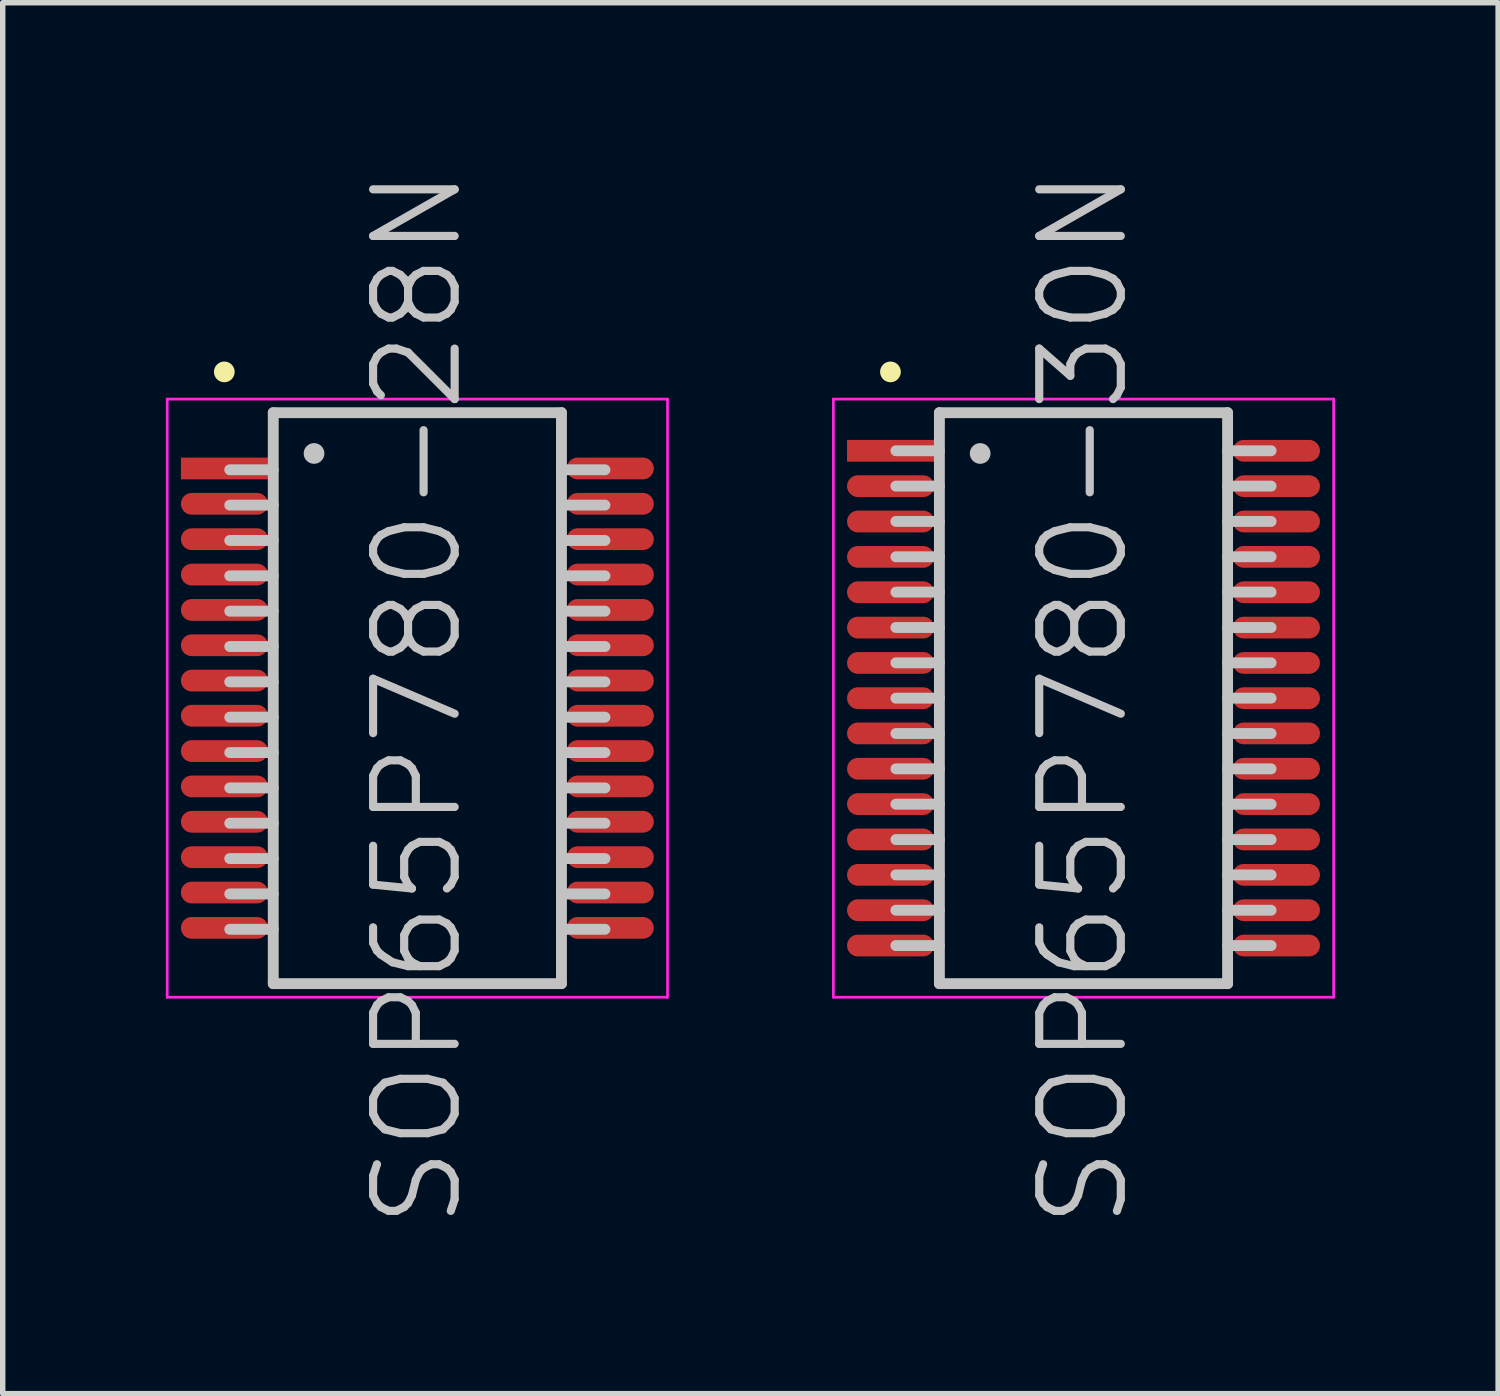
<source format=kicad_pcb>
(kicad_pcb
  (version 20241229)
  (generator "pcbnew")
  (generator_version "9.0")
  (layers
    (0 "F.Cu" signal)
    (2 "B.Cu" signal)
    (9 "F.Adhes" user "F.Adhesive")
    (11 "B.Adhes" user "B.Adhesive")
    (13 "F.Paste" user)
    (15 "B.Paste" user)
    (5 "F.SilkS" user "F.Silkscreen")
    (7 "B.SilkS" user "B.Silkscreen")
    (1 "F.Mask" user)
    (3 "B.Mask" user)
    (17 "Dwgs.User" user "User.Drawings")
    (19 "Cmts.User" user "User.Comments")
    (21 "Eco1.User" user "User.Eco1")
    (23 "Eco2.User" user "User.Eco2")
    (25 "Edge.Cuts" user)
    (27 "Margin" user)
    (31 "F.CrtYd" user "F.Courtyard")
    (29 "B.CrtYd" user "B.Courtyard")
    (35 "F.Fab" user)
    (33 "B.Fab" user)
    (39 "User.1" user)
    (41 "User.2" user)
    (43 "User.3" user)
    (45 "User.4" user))
  (footprint "SOP65P780-28N"
    (layer "F.Cu")
    (at 4.625 9.789)
    (property "Reference" "SOP65P780-28N" (at 0 0 90) (layer "Dwgs.User") (effects (font (size 1.5 1.5) (thickness 0.15))))
    (attr smd)
    (fp_line (start -3.55 -6) (end -3.55 -6) (stroke (width 0.381) (type solid)) (layer "F.SilkS"))
    (fp_line (start -2.65 -5.25) (end -2.65 5.25) (stroke (width 0.2) (type solid)) (layer "Dwgs.User"))
    (fp_line (start -2.65 -5.25) (end 2.65 -5.25) (stroke (width 0.2) (type solid)) (layer "Dwgs.User"))
    (fp_line (start -2.65 -4.2) (end -3.45 -4.2) (stroke (width 0.2) (type solid)) (layer "Dwgs.User"))
    (fp_line (start -2.65 -3.55) (end -3.45 -3.55) (stroke (width 0.2) (type solid)) (layer "Dwgs.User"))
    (fp_line (start -2.65 -2.9) (end -3.45 -2.9) (stroke (width 0.2) (type solid)) (layer "Dwgs.User"))
    (fp_line (start -2.65 -2.25) (end -3.45 -2.25) (stroke (width 0.2) (type solid)) (layer "Dwgs.User"))
    (fp_line (start -2.65 -1.6) (end -3.45 -1.6) (stroke (width 0.2) (type solid)) (layer "Dwgs.User"))
    (fp_line (start -2.65 -0.95) (end -3.45 -0.95) (stroke (width 0.2) (type solid)) (layer "Dwgs.User"))
    (fp_line (start -2.65 -0.3) (end -3.45 -0.3) (stroke (width 0.2) (type solid)) (layer "Dwgs.User"))
    (fp_line (start -2.65 0.35) (end -3.45 0.35) (stroke (width 0.2) (type solid)) (layer "Dwgs.User"))
    (fp_line (start -2.65 1) (end -3.45 1) (stroke (width 0.2) (type solid)) (layer "Dwgs.User"))
    (fp_line (start -2.65 1.65) (end -3.45 1.65) (stroke (width 0.2) (type solid)) (layer "Dwgs.User"))
    (fp_line (start -2.65 2.3) (end -3.45 2.3) (stroke (width 0.2) (type solid)) (layer "Dwgs.User"))
    (fp_line (start -2.65 2.95) (end -3.45 2.95) (stroke (width 0.2) (type solid)) (layer "Dwgs.User"))
    (fp_line (start -2.65 3.6) (end -3.45 3.6) (stroke (width 0.2) (type solid)) (layer "Dwgs.User"))
    (fp_line (start -2.65 4.25) (end -3.45 4.25) (stroke (width 0.2) (type solid)) (layer "Dwgs.User"))
    (fp_line (start -2.65 5.25) (end 2.65 5.25) (stroke (width 0.2) (type solid)) (layer "Dwgs.User"))
    (fp_line (start -1.9 -4.5) (end -1.9 -4.5) (stroke (width 0.381) (type solid)) (layer "Dwgs.User"))
    (fp_line (start 2.65 -5.25) (end 2.65 5.25) (stroke (width 0.2) (type solid)) (layer "Dwgs.User"))
    (fp_line (start 3.45 -4.2) (end 2.65 -4.2) (stroke (width 0.2) (type solid)) (layer "Dwgs.User"))
    (fp_line (start 3.45 -3.55) (end 2.65 -3.55) (stroke (width 0.2) (type solid)) (layer "Dwgs.User"))
    (fp_line (start 3.45 -2.9) (end 2.65 -2.9) (stroke (width 0.2) (type solid)) (layer "Dwgs.User"))
    (fp_line (start 3.45 -2.25) (end 2.65 -2.25) (stroke (width 0.2) (type solid)) (layer "Dwgs.User"))
    (fp_line (start 3.45 -1.6) (end 2.65 -1.6) (stroke (width 0.2) (type solid)) (layer "Dwgs.User"))
    (fp_line (start 3.45 -0.95) (end 2.65 -0.95) (stroke (width 0.2) (type solid)) (layer "Dwgs.User"))
    (fp_line (start 3.45 -0.3) (end 2.65 -0.3) (stroke (width 0.2) (type solid)) (layer "Dwgs.User"))
    (fp_line (start 3.45 0.35) (end 2.65 0.35) (stroke (width 0.2) (type solid)) (layer "Dwgs.User"))
    (fp_line (start 3.45 1) (end 2.65 1) (stroke (width 0.2) (type solid)) (layer "Dwgs.User"))
    (fp_line (start 3.45 1.65) (end 2.65 1.65) (stroke (width 0.2) (type solid)) (layer "Dwgs.User"))
    (fp_line (start 3.45 2.3) (end 2.65 2.3) (stroke (width 0.2) (type solid)) (layer "Dwgs.User"))
    (fp_line (start 3.45 2.95) (end 2.65 2.95) (stroke (width 0.2) (type solid)) (layer "Dwgs.User"))
    (fp_line (start 3.45 3.6) (end 2.65 3.6) (stroke (width 0.2) (type solid)) (layer "Dwgs.User"))
    (fp_line (start 3.45 4.25) (end 2.65 4.25) (stroke (width 0.2) (type solid)) (layer "Dwgs.User"))
    (fp_line (start -4.6 -5.5) (end -4.6 5.5) (stroke (width 0.05) (type solid)) (layer "F.CrtYd"))
    (fp_line (start -4.6 -5.5) (end 4.6 -5.5) (stroke (width 0.05) (type solid)) (layer "F.CrtYd"))
    (fp_line (start -4.6 5.5) (end 4.6 5.5) (stroke (width 0.05) (type solid)) (layer "F.CrtYd"))
    (fp_line (start 4.6 -5.5) (end 4.6 5.5) (stroke (width 0.05) (type solid)) (layer "F.CrtYd"))
    (pad "1" smd rect (at -3.548 -4.224 90) (size 0.4 1.6) (layers "F.Cu" "F.Mask" "F.Paste"))
    (pad "2" smd oval (at -3.548 -3.574 90) (size 0.4 1.6) (layers "F.Cu" "F.Mask" "F.Paste"))
    (pad "3" smd oval (at -3.548 -2.924 90) (size 0.4 1.6) (layers "F.Cu" "F.Mask" "F.Paste"))
    (pad "4" smd oval (at -3.548 -2.273 90) (size 0.4 1.6) (layers "F.Cu" "F.Mask" "F.Paste"))
    (pad "5" smd oval (at -3.548 -1.623 90) (size 0.4 1.6) (layers "F.Cu" "F.Mask" "F.Paste"))
    (pad "6" smd oval (at -3.548 -0.973 90) (size 0.4 1.6) (layers "F.Cu" "F.Mask" "F.Paste"))
    (pad "7" smd oval (at -3.548 -0.323 90) (size 0.4 1.6) (layers "F.Cu" "F.Mask" "F.Paste"))
    (pad "8" smd oval (at -3.548 0.323 90) (size 0.4 1.6) (layers "F.Cu" "F.Mask" "F.Paste"))
    (pad "9" smd oval (at -3.548 0.973 90) (size 0.4 1.6) (layers "F.Cu" "F.Mask" "F.Paste"))
    (pad "10" smd oval (at -3.548 1.623 90) (size 0.4 1.6) (layers "F.Cu" "F.Mask" "F.Paste"))
    (pad "11" smd oval (at -3.548 2.273 90) (size 0.4 1.6) (layers "F.Cu" "F.Mask" "F.Paste"))
    (pad "12" smd oval (at -3.548 2.924 90) (size 0.4 1.6) (layers "F.Cu" "F.Mask" "F.Paste"))
    (pad "13" smd oval (at -3.548 3.574 90) (size 0.4 1.6) (layers "F.Cu" "F.Mask" "F.Paste"))
    (pad "14" smd oval (at -3.548 4.224 90) (size 0.4 1.6) (layers "F.Cu" "F.Mask" "F.Paste"))
    (pad "15" smd oval (at 3.548 4.224 270) (size 0.4 1.6) (layers "F.Cu" "F.Mask" "F.Paste"))
    (pad "16" smd oval (at 3.548 3.574 270) (size 0.4 1.6) (layers "F.Cu" "F.Mask" "F.Paste"))
    (pad "17" smd oval (at 3.548 2.924 270) (size 0.4 1.6) (layers "F.Cu" "F.Mask" "F.Paste"))
    (pad "18" smd oval (at 3.548 2.273 270) (size 0.4 1.6) (layers "F.Cu" "F.Mask" "F.Paste"))
    (pad "19" smd oval (at 3.548 1.623 270) (size 0.4 1.6) (layers "F.Cu" "F.Mask" "F.Paste"))
    (pad "20" smd oval (at 3.548 0.973 270) (size 0.4 1.6) (layers "F.Cu" "F.Mask" "F.Paste"))
    (pad "21" smd oval (at 3.548 0.323 270) (size 0.4 1.6) (layers "F.Cu" "F.Mask" "F.Paste"))
    (pad "22" smd oval (at 3.548 -0.323 270) (size 0.4 1.6) (layers "F.Cu" "F.Mask" "F.Paste"))
    (pad "23" smd oval (at 3.548 -0.973 270) (size 0.4 1.6) (layers "F.Cu" "F.Mask" "F.Paste"))
    (pad "24" smd oval (at 3.548 -1.623 270) (size 0.4 1.6) (layers "F.Cu" "F.Mask" "F.Paste"))
    (pad "25" smd oval (at 3.548 -2.273 270) (size 0.4 1.6) (layers "F.Cu" "F.Mask" "F.Paste"))
    (pad "26" smd oval (at 3.548 -2.924 270) (size 0.4 1.6) (layers "F.Cu" "F.Mask" "F.Paste"))
    (pad "27" smd oval (at 3.548 -3.574 270) (size 0.4 1.6) (layers "F.Cu" "F.Mask" "F.Paste"))
    (pad "28" smd oval (at 3.548 -4.224 270) (size 0.4 1.6) (layers "F.Cu" "F.Mask" "F.Paste")))
  (footprint "SOP65P780-30N"
    (layer "F.Cu")
    (at 16.875 9.789)
    (property "Reference" "SOP65P780-30N" (at 0 0 90) (layer "Dwgs.User") (effects (font (size 1.5 1.5) (thickness 0.15))))
    (attr smd)
    (fp_line (start -3.55 -6) (end -3.55 -6) (stroke (width 0.381) (type solid)) (layer "F.SilkS"))
    (fp_line (start -2.65 -5.25) (end -2.65 5.25) (stroke (width 0.2) (type solid)) (layer "Dwgs.User"))
    (fp_line (start -2.65 -5.25) (end 2.65 -5.25) (stroke (width 0.2) (type solid)) (layer "Dwgs.User"))
    (fp_line (start -2.65 -4.55) (end -3.45 -4.55) (stroke (width 0.2) (type solid)) (layer "Dwgs.User"))
    (fp_line (start -2.65 -3.9) (end -3.45 -3.9) (stroke (width 0.2) (type solid)) (layer "Dwgs.User"))
    (fp_line (start -2.65 -3.25) (end -3.45 -3.25) (stroke (width 0.2) (type solid)) (layer "Dwgs.User"))
    (fp_line (start -2.65 -2.6) (end -3.45 -2.6) (stroke (width 0.2) (type solid)) (layer "Dwgs.User"))
    (fp_line (start -2.65 -1.95) (end -3.45 -1.95) (stroke (width 0.2) (type solid)) (layer "Dwgs.User"))
    (fp_line (start -2.65 -1.3) (end -3.45 -1.3) (stroke (width 0.2) (type solid)) (layer "Dwgs.User"))
    (fp_line (start -2.65 -0.65) (end -3.45 -0.65) (stroke (width 0.2) (type solid)) (layer "Dwgs.User"))
    (fp_line (start -2.65 0) (end -3.45 0) (stroke (width 0.2) (type solid)) (layer "Dwgs.User"))
    (fp_line (start -2.65 0.65) (end -3.45 0.65) (stroke (width 0.2) (type solid)) (layer "Dwgs.User"))
    (fp_line (start -2.65 1.3) (end -3.45 1.3) (stroke (width 0.2) (type solid)) (layer "Dwgs.User"))
    (fp_line (start -2.65 1.95) (end -3.45 1.95) (stroke (width 0.2) (type solid)) (layer "Dwgs.User"))
    (fp_line (start -2.65 2.6) (end -3.45 2.6) (stroke (width 0.2) (type solid)) (layer "Dwgs.User"))
    (fp_line (start -2.65 3.25) (end -3.45 3.25) (stroke (width 0.2) (type solid)) (layer "Dwgs.User"))
    (fp_line (start -2.65 3.9) (end -3.45 3.9) (stroke (width 0.2) (type solid)) (layer "Dwgs.User"))
    (fp_line (start -2.65 4.55) (end -3.45 4.55) (stroke (width 0.2) (type solid)) (layer "Dwgs.User"))
    (fp_line (start -2.65 5.25) (end 2.65 5.25) (stroke (width 0.2) (type solid)) (layer "Dwgs.User"))
    (fp_line (start -1.9 -4.5) (end -1.9 -4.5) (stroke (width 0.381) (type solid)) (layer "Dwgs.User"))
    (fp_line (start 2.65 -5.25) (end 2.65 5.25) (stroke (width 0.2) (type solid)) (layer "Dwgs.User"))
    (fp_line (start 3.45 -4.55) (end 2.65 -4.55) (stroke (width 0.2) (type solid)) (layer "Dwgs.User"))
    (fp_line (start 3.45 -3.9) (end 2.65 -3.9) (stroke (width 0.2) (type solid)) (layer "Dwgs.User"))
    (fp_line (start 3.45 -3.25) (end 2.65 -3.25) (stroke (width 0.2) (type solid)) (layer "Dwgs.User"))
    (fp_line (start 3.45 -2.6) (end 2.65 -2.6) (stroke (width 0.2) (type solid)) (layer "Dwgs.User"))
    (fp_line (start 3.45 -1.95) (end 2.65 -1.95) (stroke (width 0.2) (type solid)) (layer "Dwgs.User"))
    (fp_line (start 3.45 -1.3) (end 2.65 -1.3) (stroke (width 0.2) (type solid)) (layer "Dwgs.User"))
    (fp_line (start 3.45 -0.65) (end 2.65 -0.65) (stroke (width 0.2) (type solid)) (layer "Dwgs.User"))
    (fp_line (start 3.45 0) (end 2.65 0) (stroke (width 0.2) (type solid)) (layer "Dwgs.User"))
    (fp_line (start 3.45 0.65) (end 2.65 0.65) (stroke (width 0.2) (type solid)) (layer "Dwgs.User"))
    (fp_line (start 3.45 1.3) (end 2.65 1.3) (stroke (width 0.2) (type solid)) (layer "Dwgs.User"))
    (fp_line (start 3.45 1.95) (end 2.65 1.95) (stroke (width 0.2) (type solid)) (layer "Dwgs.User"))
    (fp_line (start 3.45 2.6) (end 2.65 2.6) (stroke (width 0.2) (type solid)) (layer "Dwgs.User"))
    (fp_line (start 3.45 3.25) (end 2.65 3.25) (stroke (width 0.2) (type solid)) (layer "Dwgs.User"))
    (fp_line (start 3.45 3.9) (end 2.65 3.9) (stroke (width 0.2) (type solid)) (layer "Dwgs.User"))
    (fp_line (start 3.45 4.55) (end 2.65 4.55) (stroke (width 0.2) (type solid)) (layer "Dwgs.User"))
    (fp_line (start -4.6 -5.5) (end -4.6 5.5) (stroke (width 0.05) (type solid)) (layer "F.CrtYd"))
    (fp_line (start -4.6 -5.5) (end 4.6 -5.5) (stroke (width 0.05) (type solid)) (layer "F.CrtYd"))
    (fp_line (start -4.6 5.5) (end 4.6 5.5) (stroke (width 0.05) (type solid)) (layer "F.CrtYd"))
    (fp_line (start 4.6 -5.5) (end 4.6 5.5) (stroke (width 0.05) (type solid)) (layer "F.CrtYd"))
    (pad "1" smd rect (at -3.548 -4.549 90) (size 0.4 1.6) (layers "F.Cu" "F.Mask" "F.Paste"))
    (pad "2" smd oval (at -3.548 -3.899 90) (size 0.4 1.6) (layers "F.Cu" "F.Mask" "F.Paste"))
    (pad "3" smd oval (at -3.548 -3.249 90) (size 0.4 1.6) (layers "F.Cu" "F.Mask" "F.Paste"))
    (pad "4" smd oval (at -3.548 -2.598 90) (size 0.4 1.6) (layers "F.Cu" "F.Mask" "F.Paste"))
    (pad "5" smd oval (at -3.548 -1.948 90) (size 0.4 1.6) (layers "F.Cu" "F.Mask" "F.Paste"))
    (pad "6" smd oval (at -3.548 -1.298 90) (size 0.4 1.6) (layers "F.Cu" "F.Mask" "F.Paste"))
    (pad "7" smd oval (at -3.548 -0.648 90) (size 0.4 1.6) (layers "F.Cu" "F.Mask" "F.Paste"))
    (pad "8" smd oval (at -3.548 0 90) (size 0.4 1.6) (layers "F.Cu" "F.Mask" "F.Paste"))
    (pad "9" smd oval (at -3.548 0.648 90) (size 0.4 1.6) (layers "F.Cu" "F.Mask" "F.Paste"))
    (pad "10" smd oval (at -3.548 1.298 90) (size 0.4 1.6) (layers "F.Cu" "F.Mask" "F.Paste"))
    (pad "11" smd oval (at -3.548 1.948 90) (size 0.4 1.6) (layers "F.Cu" "F.Mask" "F.Paste"))
    (pad "12" smd oval (at -3.548 2.598 90) (size 0.4 1.6) (layers "F.Cu" "F.Mask" "F.Paste"))
    (pad "13" smd oval (at -3.548 3.249 90) (size 0.4 1.6) (layers "F.Cu" "F.Mask" "F.Paste"))
    (pad "14" smd oval (at -3.548 3.899 90) (size 0.4 1.6) (layers "F.Cu" "F.Mask" "F.Paste"))
    (pad "15" smd oval (at -3.548 4.549 90) (size 0.4 1.6) (layers "F.Cu" "F.Mask" "F.Paste"))
    (pad "16" smd oval (at 3.548 4.549 270) (size 0.4 1.6) (layers "F.Cu" "F.Mask" "F.Paste"))
    (pad "17" smd oval (at 3.548 3.899 270) (size 0.4 1.6) (layers "F.Cu" "F.Mask" "F.Paste"))
    (pad "18" smd oval (at 3.548 3.249 270) (size 0.4 1.6) (layers "F.Cu" "F.Mask" "F.Paste"))
    (pad "19" smd oval (at 3.548 2.598 270) (size 0.4 1.6) (layers "F.Cu" "F.Mask" "F.Paste"))
    (pad "20" smd oval (at 3.548 1.948 270) (size 0.4 1.6) (layers "F.Cu" "F.Mask" "F.Paste"))
    (pad "21" smd oval (at 3.548 1.298 270) (size 0.4 1.6) (layers "F.Cu" "F.Mask" "F.Paste"))
    (pad "22" smd oval (at 3.548 0.648 270) (size 0.4 1.6) (layers "F.Cu" "F.Mask" "F.Paste"))
    (pad "23" smd oval (at 3.548 0 270) (size 0.4 1.6) (layers "F.Cu" "F.Mask" "F.Paste"))
    (pad "24" smd oval (at 3.548 -0.648 270) (size 0.4 1.6) (layers "F.Cu" "F.Mask" "F.Paste"))
    (pad "25" smd oval (at 3.548 -1.298 270) (size 0.4 1.6) (layers "F.Cu" "F.Mask" "F.Paste"))
    (pad "26" smd oval (at 3.548 -1.948 270) (size 0.4 1.6) (layers "F.Cu" "F.Mask" "F.Paste"))
    (pad "27" smd oval (at 3.548 -2.598 270) (size 0.4 1.6) (layers "F.Cu" "F.Mask" "F.Paste"))
    (pad "28" smd oval (at 3.548 -3.249 270) (size 0.4 1.6) (layers "F.Cu" "F.Mask" "F.Paste"))
    (pad "29" smd oval (at 3.548 -3.899 270) (size 0.4 1.6) (layers "F.Cu" "F.Mask" "F.Paste"))
    (pad "30" smd oval (at 3.548 -4.549 270) (size 0.4 1.6) (layers "F.Cu" "F.Mask" "F.Paste")))
  (gr_rect
    (start -3 -3)
    (end 24.5 22.579)
    (stroke (width 0.1) (type default))
    (fill no)
    (layer "Edge.Cuts")))
</source>
